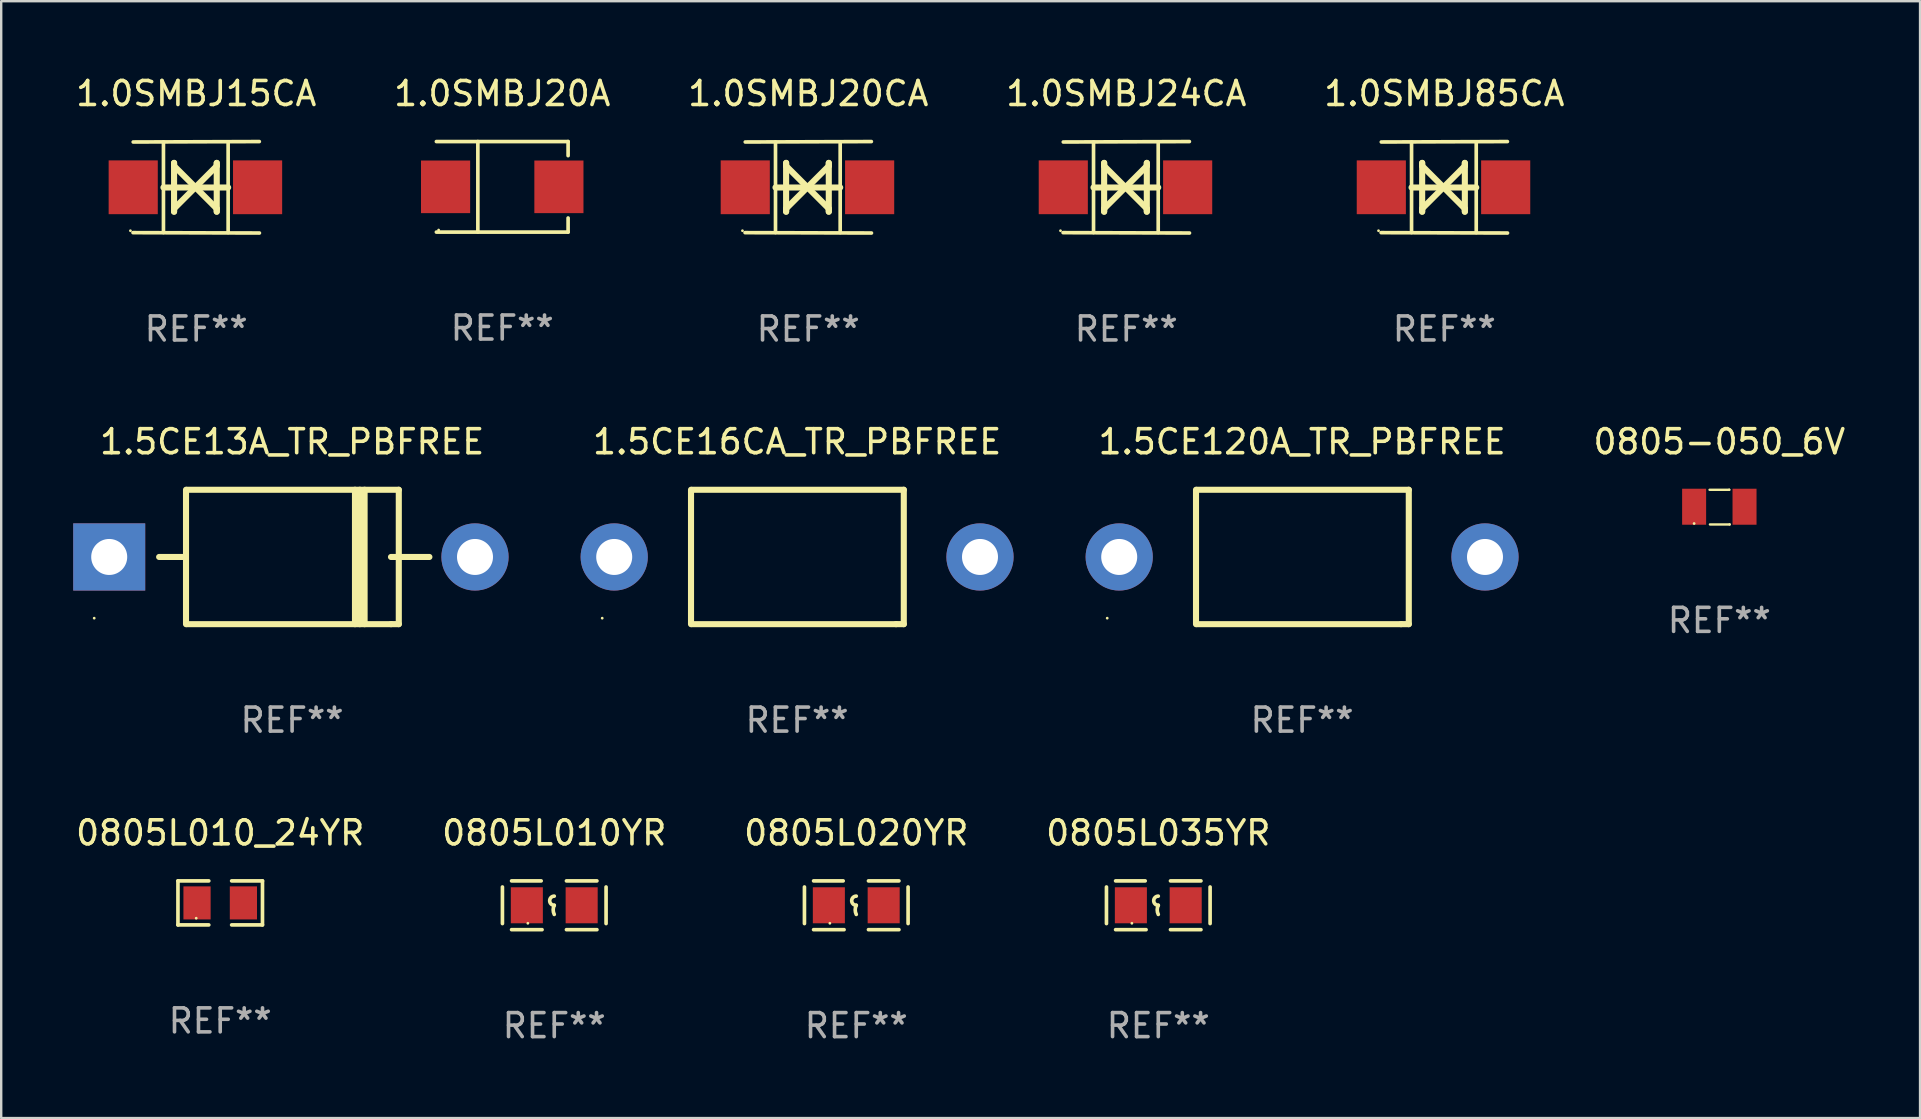
<source format=kicad_pcb>
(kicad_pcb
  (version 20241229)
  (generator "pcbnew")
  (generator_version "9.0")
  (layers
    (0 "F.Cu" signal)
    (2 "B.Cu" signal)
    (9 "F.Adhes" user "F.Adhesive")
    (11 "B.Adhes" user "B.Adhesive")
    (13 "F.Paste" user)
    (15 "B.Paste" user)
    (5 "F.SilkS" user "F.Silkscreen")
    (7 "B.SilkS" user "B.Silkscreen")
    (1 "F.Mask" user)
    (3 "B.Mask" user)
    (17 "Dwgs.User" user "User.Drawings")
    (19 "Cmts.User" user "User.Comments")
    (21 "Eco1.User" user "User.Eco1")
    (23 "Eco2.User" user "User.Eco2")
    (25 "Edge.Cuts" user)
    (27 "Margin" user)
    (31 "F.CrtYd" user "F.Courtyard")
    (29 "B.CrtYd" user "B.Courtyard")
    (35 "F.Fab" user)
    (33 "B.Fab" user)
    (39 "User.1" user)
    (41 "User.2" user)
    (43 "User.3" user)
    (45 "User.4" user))
  (footprint "1.5CE120A_TR_PBFREE"
    (layer "F.Cu")
    (at 51.2 20.155)
    (property "Reference" "1.5CE120A_TR_PBFREE" (at 0 -4.8 0) (layer "F.SilkS") (effects (font (size 1 1) (thickness 0.15))))
    (attr through_hole)
    (fp_line (start -4.42 2.8) (end -4.42 -2.8) (stroke (width 0.254) (type solid)) (layer "F.SilkS"))
    (fp_line (start -4.379 -2.799) (end 4.445 -2.799) (stroke (width 0.254) (type solid)) (layer "F.SilkS"))
    (fp_line (start 4.12 2.8) (end -4.38 2.8) (stroke (width 0.254) (type solid)) (layer "F.SilkS"))
    (fp_line (start 4.445 -2.799) (end 4.445 2.799) (stroke (width 0.254) (type solid)) (layer "F.SilkS"))
    (fp_line (start 4.445 2.799) (end 4.12 2.799) (stroke (width 0.254) (type solid)) (layer "F.SilkS"))
    (fp_circle (center -8.12 2.55) (end -8.09 2.55) (stroke (width 0.06) (type solid)) (fill no) (layer "F.SilkS"))
    (fp_text user "REF**" (at 0 6.8 0) (layer "F.Fab") (effects (font (size 1 1) (thickness 0.15))))
    (pad "1" thru_hole circle (at -7.62 0) (size 2.8 2.8) (drill 1.5) (layers "*.Cu" "*.Mask"))
    (pad "2" thru_hole circle (at 7.62 0) (size 2.8 2.8) (drill 1.5) (layers "*.Cu" "*.Mask")))
  (footprint "1.0SMBJ85CA"
    (layer "F.Cu")
    (at 57.125 4.753)
    (property "Reference" "1.0SMBJ85CA" (at 0 -3.905 0) (layer "F.SilkS") (effects (font (size 1 1) (thickness 0.15))))
    (attr through_hole)
    (fp_line (start -1.365 1.886) (end -1.365 -1.886) (stroke (width 0.152) (type solid)) (layer "F.SilkS"))
    (fp_line (start -1.365 0.008) (end 1.33 0.008) (stroke (width 0.254) (type solid)) (layer "F.SilkS"))
    (fp_line (start -0.923 -1.016) (end -0.923 1.016) (stroke (width 0.254) (type solid)) (layer "F.SilkS"))
    (fp_line (start -0.923 -0.889) (end -0.923 -1.016) (stroke (width 0.254) (type solid)) (layer "F.SilkS"))
    (fp_line (start -0.923 0.889) (end -0.034 0) (stroke (width 0.254) (type solid)) (layer "F.SilkS"))
    (fp_line (start -0.923 1.016) (end -0.923 0.889) (stroke (width 0.254) (type solid)) (layer "F.SilkS"))
    (fp_line (start -0.034 0) (end -0.923 -0.889) (stroke (width 0.254) (type solid)) (layer "F.SilkS"))
    (fp_line (start -0.034 0) (end 0.855 0.889) (stroke (width 0.254) (type solid)) (layer "F.SilkS"))
    (fp_line (start 0.855 -1.016) (end 0.855 -0.889) (stroke (width 0.254) (type solid)) (layer "F.SilkS"))
    (fp_line (start 0.855 -0.889) (end -0.034 0) (stroke (width 0.254) (type solid)) (layer "F.SilkS"))
    (fp_line (start 0.855 0.889) (end 0.855 1.016) (stroke (width 0.254) (type solid)) (layer "F.SilkS"))
    (fp_line (start 0.855 1.016) (end 0.855 -1.016) (stroke (width 0.254) (type solid)) (layer "F.SilkS"))
    (fp_line (start 1.33 1.886) (end 1.33 -1.886) (stroke (width 0.152) (type solid)) (layer "F.SilkS"))
    (fp_line (start 2.629 -1.905) (end -2.625 -1.887) (stroke (width 0.152) (type solid)) (layer "F.SilkS"))
    (fp_line (start 2.633 1.905) (end -2.633 1.89) (stroke (width 0.152) (type solid)) (layer "F.SilkS"))
    (fp_circle (center -2.741 1.81) (end -2.711 1.81) (stroke (width 0.06) (type solid)) (fill no) (layer "F.SilkS"))
    (fp_text user "REF**" (at 0 5.905 0) (layer "F.Fab") (effects (font (size 1 1) (thickness 0.15))))
    (pad "1" smd rect (at -2.625 0) (size 2.047 2.241) (layers "F.Cu" "F.Mask" "F.Paste"))
    (pad "2" smd rect (at 2.557 0) (size 2.047 2.241) (layers "F.Cu" "F.Mask" "F.Paste")))
  (footprint "1.0SMBJ24CA"
    (layer "F.Cu")
    (at 43.875 4.753)
    (property "Reference" "1.0SMBJ24CA" (at 0 -3.905 0) (layer "F.SilkS") (effects (font (size 1 1) (thickness 0.15))))
    (attr through_hole)
    (fp_line (start -1.365 1.886) (end -1.365 -1.886) (stroke (width 0.152) (type solid)) (layer "F.SilkS"))
    (fp_line (start -1.365 0.008) (end 1.33 0.008) (stroke (width 0.254) (type solid)) (layer "F.SilkS"))
    (fp_line (start -0.923 -1.016) (end -0.923 1.016) (stroke (width 0.254) (type solid)) (layer "F.SilkS"))
    (fp_line (start -0.923 -0.889) (end -0.923 -1.016) (stroke (width 0.254) (type solid)) (layer "F.SilkS"))
    (fp_line (start -0.923 0.889) (end -0.034 0) (stroke (width 0.254) (type solid)) (layer "F.SilkS"))
    (fp_line (start -0.923 1.016) (end -0.923 0.889) (stroke (width 0.254) (type solid)) (layer "F.SilkS"))
    (fp_line (start -0.034 0) (end -0.923 -0.889) (stroke (width 0.254) (type solid)) (layer "F.SilkS"))
    (fp_line (start -0.034 0) (end 0.855 0.889) (stroke (width 0.254) (type solid)) (layer "F.SilkS"))
    (fp_line (start 0.855 -1.016) (end 0.855 -0.889) (stroke (width 0.254) (type solid)) (layer "F.SilkS"))
    (fp_line (start 0.855 -0.889) (end -0.034 0) (stroke (width 0.254) (type solid)) (layer "F.SilkS"))
    (fp_line (start 0.855 0.889) (end 0.855 1.016) (stroke (width 0.254) (type solid)) (layer "F.SilkS"))
    (fp_line (start 0.855 1.016) (end 0.855 -1.016) (stroke (width 0.254) (type solid)) (layer "F.SilkS"))
    (fp_line (start 1.33 1.886) (end 1.33 -1.886) (stroke (width 0.152) (type solid)) (layer "F.SilkS"))
    (fp_line (start 2.629 -1.905) (end -2.625 -1.887) (stroke (width 0.152) (type solid)) (layer "F.SilkS"))
    (fp_line (start 2.633 1.905) (end -2.633 1.89) (stroke (width 0.152) (type solid)) (layer "F.SilkS"))
    (fp_circle (center -2.741 1.81) (end -2.711 1.81) (stroke (width 0.06) (type solid)) (fill no) (layer "F.SilkS"))
    (fp_text user "REF**" (at 0 5.905 0) (layer "F.Fab") (effects (font (size 1 1) (thickness 0.15))))
    (pad "1" smd rect (at -2.625 0) (size 2.047 2.241) (layers "F.Cu" "F.Mask" "F.Paste"))
    (pad "2" smd rect (at 2.557 0) (size 2.047 2.241) (layers "F.Cu" "F.Mask" "F.Paste")))
  (footprint "1.0SMBJ20A"
    (layer "F.Cu")
    (at 17.875 4.734)
    (property "Reference" "1.0SMBJ20A" (at 0 -3.886 0) (layer "F.SilkS") (effects (font (size 1 1) (thickness 0.15))))
    (attr through_hole)
    (fp_line (start -2.744 -1.886) (end 2.744 -1.886) (stroke (width 0.152) (type solid)) (layer "F.SilkS"))
    (fp_line (start -2.744 1.886) (end 2.744 1.886) (stroke (width 0.152) (type solid)) (layer "F.SilkS"))
    (fp_line (start -1.016 -1.886) (end -1.016 1.886) (stroke (width 0.152) (type solid)) (layer "F.SilkS"))
    (fp_line (start 2.744 -1.886) (end 2.744 -1.299) (stroke (width 0.152) (type solid)) (layer "F.SilkS"))
    (fp_line (start 2.744 1.886) (end 2.744 1.299) (stroke (width 0.152) (type solid)) (layer "F.SilkS"))
    (fp_circle (center -2.65 1.8) (end -2.62 1.8) (stroke (width 0.06) (type solid)) (fill no) (layer "F.SilkS"))
    (fp_text user "REF**" (at 0 5.886 0) (layer "F.Fab") (effects (font (size 1 1) (thickness 0.15))))
    (pad "1" smd rect (at -2.361 0) (size 2.047 2.192) (layers "F.Cu" "F.Mask" "F.Paste"))
    (pad "2" smd rect (at 2.361 0) (size 2.047 2.192) (layers "F.Cu" "F.Mask" "F.Paste")))
  (footprint "1.5CE13A_TR_PBFREE"
    (layer "F.Cu")
    (at 9.12 20.155)
    (property "Reference" "1.5CE13A_TR_PBFREE" (at 0 -4.8 0) (layer "F.SilkS") (effects (font (size 1 1) (thickness 0.15))))
    (attr through_hole)
    (fp_line (start -5.54 0) (end -4.44 0) (stroke (width 0.254) (type solid)) (layer "F.SilkS"))
    (fp_line (start -4.42 2.8) (end -4.42 -2.8) (stroke (width 0.254) (type solid)) (layer "F.SilkS"))
    (fp_line (start -4.379 -2.799) (end 4.445 -2.799) (stroke (width 0.254) (type solid)) (layer "F.SilkS"))
    (fp_line (start 2.62 -2.8) (end 2.62 2.8) (stroke (width 0.254) (type solid)) (layer "F.SilkS"))
    (fp_line (start 2.82 -2.8) (end 2.82 2.8) (stroke (width 0.254) (type solid)) (layer "F.SilkS"))
    (fp_line (start 3.02 -2.8) (end 3.02 2.8) (stroke (width 0.254) (type solid)) (layer "F.SilkS"))
    (fp_line (start 4.12 0) (end 5.72 0) (stroke (width 0.254) (type solid)) (layer "F.SilkS"))
    (fp_line (start 4.12 2.8) (end -4.38 2.8) (stroke (width 0.254) (type solid)) (layer "F.SilkS"))
    (fp_line (start 4.445 -2.799) (end 4.445 2.799) (stroke (width 0.254) (type solid)) (layer "F.SilkS"))
    (fp_line (start 4.445 2.799) (end 4.12 2.799) (stroke (width 0.254) (type solid)) (layer "F.SilkS"))
    (fp_circle (center -8.245 2.55) (end -8.215 2.55) (stroke (width 0.06) (type solid)) (fill no) (layer "F.SilkS"))
    (fp_text user "REF**" (at 0 6.8 0) (layer "F.Fab") (effects (font (size 1 1) (thickness 0.15))))
    (pad "1" thru_hole rect (at -7.62 0 180) (size 3 2.8) (drill 1.5) (layers "*.Cu" "*.Mask"))
    (pad "2" thru_hole circle (at 7.62 0) (size 2.8 2.8) (drill 1.5) (layers "*.Cu" "*.Mask")))
  (footprint "1.0SMBJ15CA"
    (layer "F.Cu")
    (at 5.125 4.753)
    (property "Reference" "1.0SMBJ15CA" (at 0 -3.905 0) (layer "F.SilkS") (effects (font (size 1 1) (thickness 0.15))))
    (attr through_hole)
    (fp_line (start -1.365 1.886) (end -1.365 -1.886) (stroke (width 0.152) (type solid)) (layer "F.SilkS"))
    (fp_line (start -1.365 0.008) (end 1.33 0.008) (stroke (width 0.254) (type solid)) (layer "F.SilkS"))
    (fp_line (start -0.923 -1.016) (end -0.923 1.016) (stroke (width 0.254) (type solid)) (layer "F.SilkS"))
    (fp_line (start -0.923 -0.889) (end -0.923 -1.016) (stroke (width 0.254) (type solid)) (layer "F.SilkS"))
    (fp_line (start -0.923 0.889) (end -0.034 0) (stroke (width 0.254) (type solid)) (layer "F.SilkS"))
    (fp_line (start -0.923 1.016) (end -0.923 0.889) (stroke (width 0.254) (type solid)) (layer "F.SilkS"))
    (fp_line (start -0.034 0) (end -0.923 -0.889) (stroke (width 0.254) (type solid)) (layer "F.SilkS"))
    (fp_line (start -0.034 0) (end 0.855 0.889) (stroke (width 0.254) (type solid)) (layer "F.SilkS"))
    (fp_line (start 0.855 -1.016) (end 0.855 -0.889) (stroke (width 0.254) (type solid)) (layer "F.SilkS"))
    (fp_line (start 0.855 -0.889) (end -0.034 0) (stroke (width 0.254) (type solid)) (layer "F.SilkS"))
    (fp_line (start 0.855 0.889) (end 0.855 1.016) (stroke (width 0.254) (type solid)) (layer "F.SilkS"))
    (fp_line (start 0.855 1.016) (end 0.855 -1.016) (stroke (width 0.254) (type solid)) (layer "F.SilkS"))
    (fp_line (start 1.33 1.886) (end 1.33 -1.886) (stroke (width 0.152) (type solid)) (layer "F.SilkS"))
    (fp_line (start 2.629 -1.905) (end -2.625 -1.887) (stroke (width 0.152) (type solid)) (layer "F.SilkS"))
    (fp_line (start 2.633 1.905) (end -2.633 1.89) (stroke (width 0.152) (type solid)) (layer "F.SilkS"))
    (fp_circle (center -2.741 1.81) (end -2.711 1.81) (stroke (width 0.06) (type solid)) (fill no) (layer "F.SilkS"))
    (fp_text user "REF**" (at 0 5.905 0) (layer "F.Fab") (effects (font (size 1 1) (thickness 0.15))))
    (pad "1" smd rect (at -2.625 0) (size 2.047 2.241) (layers "F.Cu" "F.Mask" "F.Paste"))
    (pad "2" smd rect (at 2.557 0) (size 2.047 2.241) (layers "F.Cu" "F.Mask" "F.Paste")))
  (footprint "0805L035YR"
    (layer "F.Cu")
    (at 45.208 34.667)
    (property "Reference" "0805L035YR" (at 0 -3.016 0) (layer "F.SilkS") (effects (font (size 1 1) (thickness 0.15))))
    (attr through_hole)
    (fp_line (start -2.159 -0.762) (end -2.159 0.762) (stroke (width 0.152) (type solid)) (layer "F.SilkS"))
    (fp_line (start -1.778 -1.016) (end -0.545 -1.016) (stroke (width 0.152) (type solid)) (layer "F.SilkS"))
    (fp_line (start -0.508 1.016) (end -1.778 1.016) (stroke (width 0.152) (type solid)) (layer "F.SilkS"))
    (fp_line (start 0.508 1.016) (end 1.778 1.016) (stroke (width 0.152) (type solid)) (layer "F.SilkS"))
    (fp_line (start 1.778 -1.016) (end 0.508 -1.016) (stroke (width 0.152) (type solid)) (layer "F.SilkS"))
    (fp_line (start 2.159 -0.762) (end 2.159 0.762) (stroke (width 0.152) (type solid)) (layer "F.SilkS"))
    (fp_arc (start 0 0) (mid -0.1905 -0.1905) (end 0 -0.381) (stroke (width 0.151994) (type solid)) (layer "F.SilkS"))
    (fp_arc (start 0 0.381001) (mid -0.044971 0.1905) (end 0 0) (stroke (width 0.151994) (type solid)) (layer "F.SilkS"))
    (fp_circle (center -1.1 0.75) (end -1.07 0.75) (stroke (width 0.06) (type solid)) (fill no) (layer "F.SilkS"))
    (fp_text user "REF**" (at 0 5.016 0) (layer "F.Fab") (effects (font (size 1 1) (thickness 0.15))))
    (pad "1" smd rect (at -1.142 0) (size 1.335 1.5) (layers "F.Cu" "F.Mask" "F.Paste"))
    (pad "2" smd rect (at 1.142 0) (size 1.335 1.5) (layers "F.Cu" "F.Mask" "F.Paste")))
  (footprint "1.5CE16CA_TR_PBFREE"
    (layer "F.Cu")
    (at 30.16 20.155)
    (property "Reference" "1.5CE16CA_TR_PBFREE" (at 0 -4.8 0) (layer "F.SilkS") (effects (font (size 1 1) (thickness 0.15))))
    (attr through_hole)
    (fp_line (start -4.42 2.8) (end -4.42 -2.8) (stroke (width 0.254) (type solid)) (layer "F.SilkS"))
    (fp_line (start -4.379 -2.799) (end 4.445 -2.799) (stroke (width 0.254) (type solid)) (layer "F.SilkS"))
    (fp_line (start 4.12 2.8) (end -4.38 2.8) (stroke (width 0.254) (type solid)) (layer "F.SilkS"))
    (fp_line (start 4.445 -2.799) (end 4.445 2.799) (stroke (width 0.254) (type solid)) (layer "F.SilkS"))
    (fp_line (start 4.445 2.799) (end 4.12 2.799) (stroke (width 0.254) (type solid)) (layer "F.SilkS"))
    (fp_circle (center -8.12 2.55) (end -8.09 2.55) (stroke (width 0.06) (type solid)) (fill no) (layer "F.SilkS"))
    (fp_text user "REF**" (at 0 6.8 0) (layer "F.Fab") (effects (font (size 1 1) (thickness 0.15))))
    (pad "1" thru_hole circle (at -7.62 0) (size 2.8 2.8) (drill 1.5) (layers "*.Cu" "*.Mask"))
    (pad "2" thru_hole circle (at 7.62 0) (size 2.8 2.8) (drill 1.5) (layers "*.Cu" "*.Mask")))
  (footprint "0805L010YR"
    (layer "F.Cu")
    (at 20.042 34.667)
    (property "Reference" "0805L010YR" (at 0 -3.016 0) (layer "F.SilkS") (effects (font (size 1 1) (thickness 0.15))))
    (attr through_hole)
    (fp_line (start -2.159 -0.762) (end -2.159 0.762) (stroke (width 0.152) (type solid)) (layer "F.SilkS"))
    (fp_line (start -1.778 -1.016) (end -0.545 -1.016) (stroke (width 0.152) (type solid)) (layer "F.SilkS"))
    (fp_line (start -0.508 1.016) (end -1.778 1.016) (stroke (width 0.152) (type solid)) (layer "F.SilkS"))
    (fp_line (start 0.508 1.016) (end 1.778 1.016) (stroke (width 0.152) (type solid)) (layer "F.SilkS"))
    (fp_line (start 1.778 -1.016) (end 0.508 -1.016) (stroke (width 0.152) (type solid)) (layer "F.SilkS"))
    (fp_line (start 2.159 -0.762) (end 2.159 0.762) (stroke (width 0.152) (type solid)) (layer "F.SilkS"))
    (fp_arc (start 0 0) (mid -0.1905 -0.1905) (end 0 -0.381) (stroke (width 0.151994) (type solid)) (layer "F.SilkS"))
    (fp_arc (start 0 0.381001) (mid -0.044971 0.1905) (end 0 0) (stroke (width 0.151994) (type solid)) (layer "F.SilkS"))
    (fp_circle (center -1.1 0.75) (end -1.07 0.75) (stroke (width 0.06) (type solid)) (fill no) (layer "F.SilkS"))
    (fp_text user "REF**" (at 0 5.016 0) (layer "F.Fab") (effects (font (size 1 1) (thickness 0.15))))
    (pad "1" smd rect (at -1.142 0) (size 1.335 1.5) (layers "F.Cu" "F.Mask" "F.Paste"))
    (pad "2" smd rect (at 1.142 0) (size 1.335 1.5) (layers "F.Cu" "F.Mask" "F.Paste")))
  (footprint "0805-050_6V"
    (layer "F.Cu")
    (at 68.583 18.077)
    (property "Reference" "0805-050_6V" (at 0 -2.723 0) (layer "F.SilkS") (effects (font (size 1 1) (thickness 0.15))))
    (attr through_hole)
    (fp_line (start -0.407 -0.721) (end 0.413 -0.721) (stroke (width 0.1) (type solid)) (layer "F.SilkS"))
    (fp_line (start -0.391 0.723) (end 0.429 0.723) (stroke (width 0.1) (type solid)) (layer "F.SilkS"))
    (fp_line (start 0.413 -0.721) (end 0.413 -0.723) (stroke (width 0.1) (type solid)) (layer "F.SilkS"))
    (fp_line (start 0.429 0.723) (end 0.429 0.721) (stroke (width 0.1) (type solid)) (layer "F.SilkS"))
    (fp_circle (center -1.05 0.685) (end -1.02 0.685) (stroke (width 0.06) (type solid)) (fill no) (layer "F.SilkS"))
    (fp_text user "REF**" (at 0 4.723 0) (layer "F.Fab") (effects (font (size 1 1) (thickness 0.15))))
    (pad "1" smd rect (at -1.05 -0.015 270) (size 1.5 1) (layers "F.Cu" "F.Mask" "F.Paste"))
    (pad "2" smd rect (at 1.05 -0.015 270) (size 1.5 1) (layers "F.Cu" "F.Mask" "F.Paste")))
  (footprint "0805L010_24YR"
    (layer "F.Cu")
    (at 6.125 34.568)
    (property "Reference" "0805L010_24YR" (at 0 -2.917 0) (layer "F.SilkS") (effects (font (size 1 1) (thickness 0.15))))
    (attr through_hole)
    (fp_line (start -1.761 -0.917) (end -0.476 -0.917) (stroke (width 0.152) (type solid)) (layer "F.SilkS"))
    (fp_line (start -1.761 0.917) (end -1.761 -0.917) (stroke (width 0.152) (type solid)) (layer "F.SilkS"))
    (fp_line (start -0.476 0.917) (end -1.761 0.917) (stroke (width 0.152) (type solid)) (layer "F.SilkS"))
    (fp_line (start 0.476 0.917) (end 1.761 0.917) (stroke (width 0.152) (type solid)) (layer "F.SilkS"))
    (fp_line (start 1.761 -0.917) (end 0.476 -0.917) (stroke (width 0.152) (type solid)) (layer "F.SilkS"))
    (fp_line (start 1.761 0.917) (end 1.761 -0.917) (stroke (width 0.152) (type solid)) (layer "F.SilkS"))
    (fp_circle (center -1 0.638) (end -0.97 0.638) (stroke (width 0.06) (type solid)) (fill no) (layer "F.SilkS"))
    (fp_text user "REF**" (at 0 4.917 0) (layer "F.Fab") (effects (font (size 1 1) (thickness 0.15))))
    (pad "1" smd rect (at -0.966 0) (size 1.133 1.377) (layers "F.Cu" "F.Mask" "F.Paste"))
    (pad "2" smd rect (at 0.966 0) (size 1.133 1.377) (layers "F.Cu" "F.Mask" "F.Paste")))
  (footprint "0805L020YR"
    (layer "F.Cu")
    (at 32.625 34.667)
    (property "Reference" "0805L020YR" (at 0 -3.016 0) (layer "F.SilkS") (effects (font (size 1 1) (thickness 0.15))))
    (attr through_hole)
    (fp_line (start -2.159 -0.762) (end -2.159 0.762) (stroke (width 0.152) (type solid)) (layer "F.SilkS"))
    (fp_line (start -1.778 -1.016) (end -0.545 -1.016) (stroke (width 0.152) (type solid)) (layer "F.SilkS"))
    (fp_line (start -0.508 1.016) (end -1.778 1.016) (stroke (width 0.152) (type solid)) (layer "F.SilkS"))
    (fp_line (start 0.508 1.016) (end 1.778 1.016) (stroke (width 0.152) (type solid)) (layer "F.SilkS"))
    (fp_line (start 1.778 -1.016) (end 0.508 -1.016) (stroke (width 0.152) (type solid)) (layer "F.SilkS"))
    (fp_line (start 2.159 -0.762) (end 2.159 0.762) (stroke (width 0.152) (type solid)) (layer "F.SilkS"))
    (fp_arc (start 0 0) (mid -0.1905 -0.1905) (end 0 -0.381) (stroke (width 0.151994) (type solid)) (layer "F.SilkS"))
    (fp_arc (start 0 0.381001) (mid -0.044971 0.1905) (end 0 0) (stroke (width 0.151994) (type solid)) (layer "F.SilkS"))
    (fp_circle (center -1.1 0.75) (end -1.07 0.75) (stroke (width 0.06) (type solid)) (fill no) (layer "F.SilkS"))
    (fp_text user "REF**" (at 0 5.016 0) (layer "F.Fab") (effects (font (size 1 1) (thickness 0.15))))
    (pad "1" smd rect (at -1.142 0) (size 1.335 1.5) (layers "F.Cu" "F.Mask" "F.Paste"))
    (pad "2" smd rect (at 1.142 0) (size 1.335 1.5) (layers "F.Cu" "F.Mask" "F.Paste")))
  (footprint "1.0SMBJ20CA"
    (layer "F.Cu")
    (at 30.625 4.753)
    (property "Reference" "1.0SMBJ20CA" (at 0 -3.905 0) (layer "F.SilkS") (effects (font (size 1 1) (thickness 0.15))))
    (attr through_hole)
    (fp_line (start -1.365 1.886) (end -1.365 -1.886) (stroke (width 0.152) (type solid)) (layer "F.SilkS"))
    (fp_line (start -1.365 0.008) (end 1.33 0.008) (stroke (width 0.254) (type solid)) (layer "F.SilkS"))
    (fp_line (start -0.923 -1.016) (end -0.923 1.016) (stroke (width 0.254) (type solid)) (layer "F.SilkS"))
    (fp_line (start -0.923 -0.889) (end -0.923 -1.016) (stroke (width 0.254) (type solid)) (layer "F.SilkS"))
    (fp_line (start -0.923 0.889) (end -0.034 0) (stroke (width 0.254) (type solid)) (layer "F.SilkS"))
    (fp_line (start -0.923 1.016) (end -0.923 0.889) (stroke (width 0.254) (type solid)) (layer "F.SilkS"))
    (fp_line (start -0.034 0) (end -0.923 -0.889) (stroke (width 0.254) (type solid)) (layer "F.SilkS"))
    (fp_line (start -0.034 0) (end 0.855 0.889) (stroke (width 0.254) (type solid)) (layer "F.SilkS"))
    (fp_line (start 0.855 -1.016) (end 0.855 -0.889) (stroke (width 0.254) (type solid)) (layer "F.SilkS"))
    (fp_line (start 0.855 -0.889) (end -0.034 0) (stroke (width 0.254) (type solid)) (layer "F.SilkS"))
    (fp_line (start 0.855 0.889) (end 0.855 1.016) (stroke (width 0.254) (type solid)) (layer "F.SilkS"))
    (fp_line (start 0.855 1.016) (end 0.855 -1.016) (stroke (width 0.254) (type solid)) (layer "F.SilkS"))
    (fp_line (start 1.33 1.886) (end 1.33 -1.886) (stroke (width 0.152) (type solid)) (layer "F.SilkS"))
    (fp_line (start 2.629 -1.905) (end -2.625 -1.887) (stroke (width 0.152) (type solid)) (layer "F.SilkS"))
    (fp_line (start 2.633 1.905) (end -2.633 1.89) (stroke (width 0.152) (type solid)) (layer "F.SilkS"))
    (fp_circle (center -2.741 1.81) (end -2.711 1.81) (stroke (width 0.06) (type solid)) (fill no) (layer "F.SilkS"))
    (fp_text user "REF**" (at 0 5.905 0) (layer "F.Fab") (effects (font (size 1 1) (thickness 0.15))))
    (pad "1" smd rect (at -2.625 0) (size 2.047 2.241) (layers "F.Cu" "F.Mask" "F.Paste"))
    (pad "2" smd rect (at 2.557 0) (size 2.047 2.241) (layers "F.Cu" "F.Mask" "F.Paste")))
  (gr_rect
    (start -3 -3)
    (end 76.946 43.532)
    (stroke (width 0.1) (type default))
    (fill no)
    (layer "Edge.Cuts")))
</source>
